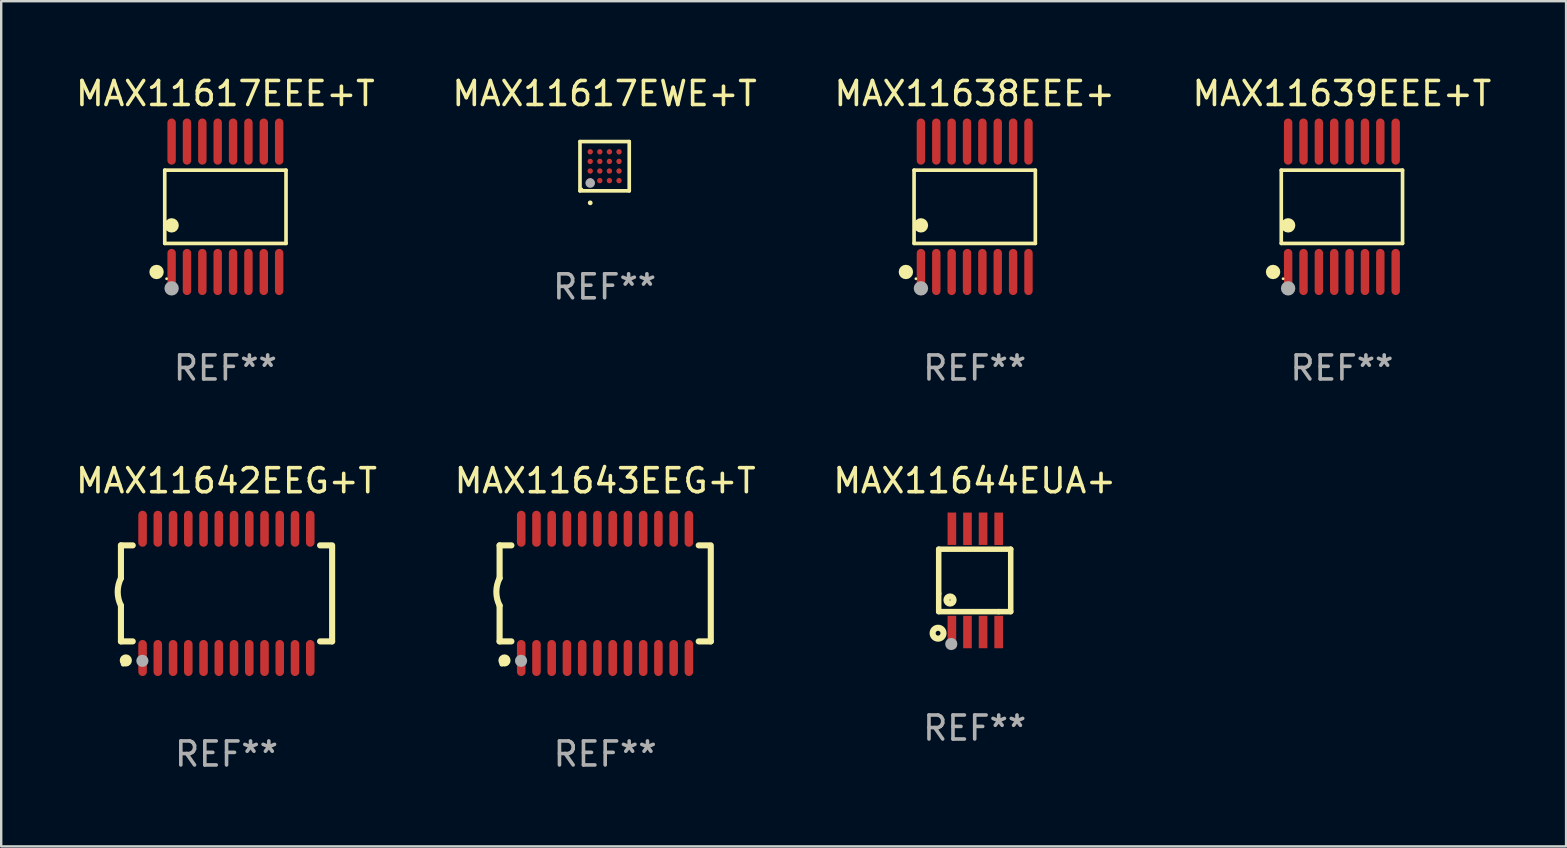
<source format=kicad_pcb>
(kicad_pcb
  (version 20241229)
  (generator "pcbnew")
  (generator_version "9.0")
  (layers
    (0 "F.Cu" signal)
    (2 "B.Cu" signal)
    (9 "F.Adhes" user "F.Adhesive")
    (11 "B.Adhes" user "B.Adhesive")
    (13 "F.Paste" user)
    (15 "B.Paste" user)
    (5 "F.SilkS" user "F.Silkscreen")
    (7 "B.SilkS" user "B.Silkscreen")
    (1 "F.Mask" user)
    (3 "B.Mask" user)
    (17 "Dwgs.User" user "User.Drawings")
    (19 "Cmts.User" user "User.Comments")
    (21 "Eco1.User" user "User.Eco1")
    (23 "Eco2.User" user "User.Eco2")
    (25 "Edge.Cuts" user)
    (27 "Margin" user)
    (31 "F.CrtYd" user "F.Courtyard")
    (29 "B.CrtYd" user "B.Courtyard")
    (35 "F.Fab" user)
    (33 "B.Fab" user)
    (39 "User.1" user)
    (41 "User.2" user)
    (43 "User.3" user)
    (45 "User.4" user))
  (footprint "MAX11617EWE+T"
    (layer "F.Cu")
    (at 22.137 3.874)
    (property "Reference" "MAX11617EWE+T" (at 0 -3.026 0) (layer "F.SilkS") (effects (font (size 1 1) (thickness 0.15))))
    (attr through_hole)
    (fp_line (start -1.026 -1.026) (end 1.026 -1.026) (stroke (width 0.152) (type solid)) (layer "F.SilkS"))
    (fp_line (start -1.026 1.026) (end -1.026 -1.026) (stroke (width 0.152) (type solid)) (layer "F.SilkS"))
    (fp_line (start 1.026 -1.026) (end 1.026 1.026) (stroke (width 0.152) (type solid)) (layer "F.SilkS"))
    (fp_line (start 1.026 1.026) (end -1.026 1.026) (stroke (width 0.152) (type solid)) (layer "F.SilkS"))
    (fp_circle (center -0.95 0.95) (end -0.92 0.95) (stroke (width 0.06) (type solid)) (fill no) (layer "F.SilkS"))
    (fp_circle (center -0.6 1.526) (end -0.55 1.526) (stroke (width 0.1) (type solid)) (fill no) (layer "F.SilkS"))
    (fp_circle (center -0.6 0.7) (end -0.5 0.7) (stroke (width 0.2) (type solid)) (fill no) (layer "F.Fab"))
    (fp_text user "REF**" (at 0 5.026 0) (layer "F.Fab") (effects (font (size 1 1) (thickness 0.15))))
    (pad "A1" smd circle (at -0.6 0.6) (size 0.224 0.224) (layers "F.Cu" "F.Mask" "F.Paste"))
    (pad "A2" smd circle (at -0.6 0.2) (size 0.224 0.224) (layers "F.Cu" "F.Mask" "F.Paste"))
    (pad "A3" smd circle (at -0.6 -0.2) (size 0.224 0.224) (layers "F.Cu" "F.Mask" "F.Paste"))
    (pad "A4" smd circle (at -0.6 -0.6) (size 0.224 0.224) (layers "F.Cu" "F.Mask" "F.Paste"))
    (pad "B1" smd circle (at -0.2 0.6) (size 0.224 0.224) (layers "F.Cu" "F.Mask" "F.Paste"))
    (pad "B2" smd circle (at -0.2 0.2) (size 0.224 0.224) (layers "F.Cu" "F.Mask" "F.Paste"))
    (pad "B3" smd circle (at -0.2 -0.2) (size 0.224 0.224) (layers "F.Cu" "F.Mask" "F.Paste"))
    (pad "B4" smd circle (at -0.2 -0.6) (size 0.224 0.224) (layers "F.Cu" "F.Mask" "F.Paste"))
    (pad "C1" smd circle (at 0.2 0.6) (size 0.224 0.224) (layers "F.Cu" "F.Mask" "F.Paste"))
    (pad "C2" smd circle (at 0.2 0.2) (size 0.224 0.224) (layers "F.Cu" "F.Mask" "F.Paste"))
    (pad "C3" smd circle (at 0.2 -0.2) (size 0.224 0.224) (layers "F.Cu" "F.Mask" "F.Paste"))
    (pad "C4" smd circle (at 0.2 -0.6) (size 0.224 0.224) (layers "F.Cu" "F.Mask" "F.Paste"))
    (pad "D1" smd circle (at 0.6 0.6) (size 0.224 0.224) (layers "F.Cu" "F.Mask" "F.Paste"))
    (pad "D2" smd circle (at 0.6 0.2) (size 0.224 0.224) (layers "F.Cu" "F.Mask" "F.Paste"))
    (pad "D3" smd circle (at 0.6 -0.2) (size 0.224 0.224) (layers "F.Cu" "F.Mask" "F.Paste"))
    (pad "D4" smd circle (at 0.6 -0.6) (size 0.224 0.224) (layers "F.Cu" "F.Mask" "F.Paste")))
  (footprint "MAX11639EEE+T"
    (layer "F.Cu")
    (at 52.851 5.564)
    (property "Reference" "MAX11639EEE+T" (at 0 -4.716 0) (layer "F.SilkS") (effects (font (size 1 1) (thickness 0.15))))
    (attr through_hole)
    (fp_line (start -2.526 -1.526) (end 2.526 -1.526) (stroke (width 0.152) (type solid)) (layer "F.SilkS"))
    (fp_line (start -2.526 1.526) (end -2.526 -1.526) (stroke (width 0.152) (type solid)) (layer "F.SilkS"))
    (fp_line (start 2.526 -1.526) (end 2.526 1.526) (stroke (width 0.152) (type solid)) (layer "F.SilkS"))
    (fp_line (start 2.526 1.526) (end -2.526 1.526) (stroke (width 0.152) (type solid)) (layer "F.SilkS"))
    (fp_circle (center -2.867 2.716) (end -2.717 2.716) (stroke (width 0.3) (type solid)) (fill no) (layer "F.SilkS"))
    (fp_circle (center -2.45 2.997) (end -2.42 2.997) (stroke (width 0.06) (type solid)) (fill no) (layer "F.SilkS"))
    (fp_circle (center -2.24 0.774) (end -2.09 0.774) (stroke (width 0.3) (type solid)) (fill no) (layer "F.SilkS"))
    (fp_circle (center -2.24 3.398) (end -2.09 3.398) (stroke (width 0.3) (type solid)) (fill no) (layer "F.Fab"))
    (fp_text user "REF**" (at 0 6.716 0) (layer "F.Fab") (effects (font (size 1 1) (thickness 0.15))))
    (pad "1" smd oval (at -2.24 2.716) (size 0.35 1.922) (layers "F.Cu" "F.Mask" "F.Paste"))
    (pad "2" smd oval (at -1.6 2.716) (size 0.35 1.922) (layers "F.Cu" "F.Mask" "F.Paste"))
    (pad "3" smd oval (at -0.96 2.716) (size 0.35 1.922) (layers "F.Cu" "F.Mask" "F.Paste"))
    (pad "4" smd oval (at -0.32 2.716) (size 0.35 1.922) (layers "F.Cu" "F.Mask" "F.Paste"))
    (pad "5" smd oval (at 0.32 2.716) (size 0.35 1.922) (layers "F.Cu" "F.Mask" "F.Paste"))
    (pad "6" smd oval (at 0.96 2.716) (size 0.35 1.922) (layers "F.Cu" "F.Mask" "F.Paste"))
    (pad "7" smd oval (at 1.6 2.716) (size 0.35 1.922) (layers "F.Cu" "F.Mask" "F.Paste"))
    (pad "8" smd oval (at 2.24 2.716) (size 0.35 1.922) (layers "F.Cu" "F.Mask" "F.Paste"))
    (pad "9" smd oval (at 2.24 -2.716) (size 0.35 1.922) (layers "F.Cu" "F.Mask" "F.Paste"))
    (pad "10" smd oval (at 1.6 -2.716) (size 0.35 1.922) (layers "F.Cu" "F.Mask" "F.Paste"))
    (pad "11" smd oval (at 0.96 -2.716) (size 0.35 1.922) (layers "F.Cu" "F.Mask" "F.Paste"))
    (pad "12" smd oval (at 0.32 -2.716) (size 0.35 1.922) (layers "F.Cu" "F.Mask" "F.Paste"))
    (pad "13" smd oval (at -0.32 -2.716) (size 0.35 1.922) (layers "F.Cu" "F.Mask" "F.Paste"))
    (pad "14" smd oval (at -0.96 -2.716) (size 0.35 1.922) (layers "F.Cu" "F.Mask" "F.Paste"))
    (pad "15" smd oval (at -1.6 -2.716) (size 0.35 1.922) (layers "F.Cu" "F.Mask" "F.Paste"))
    (pad "16" smd oval (at -2.24 -2.716) (size 0.35 1.922) (layers "F.Cu" "F.Mask" "F.Paste")))
  (footprint "MAX11644EUA+"
    (layer "F.Cu")
    (at 37.554 21.128)
    (property "Reference" "MAX11644EUA+" (at 0 -4.152 0) (layer "F.SilkS") (effects (font (size 1 1) (thickness 0.15))))
    (attr through_hole)
    (fp_line (start -1.5 1.301) (end 1 1.301) (stroke (width 0.229) (type solid)) (layer "F.SilkS"))
    (fp_line (start -1.5 -1.299) (end -1.5 0.551) (stroke (width 0.229) (type solid)) (layer "F.SilkS"))
    (fp_line (start -1.5 0.551) (end -1.5 1.301) (stroke (width 0.229) (type solid)) (layer "F.SilkS"))
    (fp_line (start 1 1.301) (end 1.5 1.301) (stroke (width 0.229) (type solid)) (layer "F.SilkS"))
    (fp_line (start 1.5 1.301) (end 1.5 -1.299) (stroke (width 0.229) (type solid)) (layer "F.SilkS"))
    (fp_line (start 1.5 -1.299) (end -1.5 -1.299) (stroke (width 0.229) (type solid)) (layer "F.SilkS"))
    (fp_circle (center -1.526 2.2) (end -1.426 2.2) (stroke (width 0.254) (type solid)) (fill no) (layer "F.SilkS"))
    (fp_circle (center -1.476 2.45) (end -1.446 2.45) (stroke (width 0.06) (type solid)) (fill no) (layer "F.SilkS"))
    (fp_circle (center -1.028 0.817) (end -0.878 0.817) (stroke (width 0.254) (type solid)) (fill no) (layer "F.SilkS"))
    (fp_circle (center -0.976 2.65) (end -0.849 2.65) (stroke (width 0.254) (type solid)) (fill no) (layer "F.Fab"))
    (fp_text user "REF**" (at 0 6.152 0) (layer "F.Fab") (effects (font (size 1 1) (thickness 0.15))))
    (pad "1" smd rect (at -0.951 2.15) (size 0.36 1.35) (layers "F.Cu" "F.Mask" "F.Paste"))
    (pad "2" smd rect (at -0.301 2.152) (size 0.36 1.35) (layers "F.Cu" "F.Mask" "F.Paste"))
    (pad "3" smd rect (at 0.349 2.151) (size 0.36 1.35) (layers "F.Cu" "F.Mask" "F.Paste"))
    (pad "4" smd rect (at 0.999 2.152) (size 0.36 1.35) (layers "F.Cu" "F.Mask" "F.Paste"))
    (pad "5" smd rect (at 0.999 -2.149) (size 0.36 1.35) (layers "F.Cu" "F.Mask" "F.Paste"))
    (pad "6" smd rect (at 0.349 -2.152) (size 0.36 1.35) (layers "F.Cu" "F.Mask" "F.Paste"))
    (pad "7" smd rect (at -0.301 -2.149) (size 0.36 1.35) (layers "F.Cu" "F.Mask" "F.Paste"))
    (pad "8" smd rect (at -0.951 -2.152) (size 0.36 1.35) (layers "F.Cu" "F.Mask" "F.Paste")))
  (footprint "MAX11643EEG+T"
    (layer "F.Cu")
    (at 22.161 21.669)
    (property "Reference" "MAX11643EEG+T" (at 0 -4.692 0) (layer "F.SilkS") (effects (font (size 1 1) (thickness 0.15))))
    (attr through_hole)
    (fp_line (start -4.399 -2) (end -4.399 -0.635) (stroke (width 0.254) (type solid)) (layer "F.SilkS"))
    (fp_line (start -4.399 -2) (end -3.907 -2) (stroke (width 0.254) (type solid)) (layer "F.SilkS"))
    (fp_line (start -4.399 2) (end -4.399 0.508) (stroke (width 0.254) (type solid)) (layer "F.SilkS"))
    (fp_line (start -4.399 2) (end -3.907 2) (stroke (width 0.254) (type solid)) (layer "F.SilkS"))
    (fp_line (start 3.896 -2) (end 4.313 -2) (stroke (width 0.254) (type solid)) (layer "F.SilkS"))
    (fp_line (start 3.896 2) (end 4.399 2) (stroke (width 0.254) (type solid)) (layer "F.SilkS"))
    (fp_line (start 4.399 2) (end 4.399 -2) (stroke (width 0.254) (type solid)) (layer "F.SilkS"))
    (fp_arc (start -4.399301 0.508001) (mid -4.534214 -0.0635) (end -4.399301 -0.635001) (stroke (width 0.254001) (type solid)) (layer "F.SilkS"))
    (fp_circle (center -4.305 2.95) (end -4.255 2.95) (stroke (width 0.1) (type solid)) (fill no) (layer "F.SilkS"))
    (fp_circle (center -4.196 2.794) (end -4.069 2.794) (stroke (width 0.254) (type solid)) (fill no) (layer "F.SilkS"))
    (fp_circle (center -3.505 2.81) (end -3.378 2.81) (stroke (width 0.254) (type solid)) (fill no) (layer "F.Fab"))
    (fp_text user "REF**" (at 0 6.692 0) (layer "F.Fab") (effects (font (size 1 1) (thickness 0.15))))
    (pad "1" smd oval (at -3.498 2.692 90) (size 1.5 0.356) (layers "F.Cu" "F.Mask" "F.Paste"))
    (pad "2" smd oval (at -2.863 2.692 90) (size 1.5 0.356) (layers "F.Cu" "F.Mask" "F.Paste"))
    (pad "3" smd oval (at -2.228 2.692 90) (size 1.5 0.356) (layers "F.Cu" "F.Mask" "F.Paste"))
    (pad "4" smd oval (at -1.593 2.692 90) (size 1.5 0.356) (layers "F.Cu" "F.Mask" "F.Paste"))
    (pad "5" smd oval (at -0.958 2.692 90) (size 1.5 0.356) (layers "F.Cu" "F.Mask" "F.Paste"))
    (pad "6" smd oval (at -0.323 2.692 90) (size 1.5 0.356) (layers "F.Cu" "F.Mask" "F.Paste"))
    (pad "7" smd oval (at 0.312 2.692 90) (size 1.5 0.356) (layers "F.Cu" "F.Mask" "F.Paste"))
    (pad "8" smd oval (at 0.947 2.692 90) (size 1.5 0.356) (layers "F.Cu" "F.Mask" "F.Paste"))
    (pad "9" smd oval (at 1.582 2.692 90) (size 1.5 0.356) (layers "F.Cu" "F.Mask" "F.Paste"))
    (pad "10" smd oval (at 2.217 2.692 90) (size 1.5 0.356) (layers "F.Cu" "F.Mask" "F.Paste"))
    (pad "11" smd oval (at 2.852 2.692 90) (size 1.5 0.356) (layers "F.Cu" "F.Mask" "F.Paste"))
    (pad "12" smd oval (at 3.487 2.692 90) (size 1.5 0.356) (layers "F.Cu" "F.Mask" "F.Paste"))
    (pad "13" smd oval (at 3.487 -2.692 90) (size 1.5 0.356) (layers "F.Cu" "F.Mask" "F.Paste"))
    (pad "14" smd oval (at 2.852 -2.692 90) (size 1.5 0.356) (layers "F.Cu" "F.Mask" "F.Paste"))
    (pad "15" smd oval (at 2.217 -2.692 90) (size 1.5 0.356) (layers "F.Cu" "F.Mask" "F.Paste"))
    (pad "16" smd oval (at 1.582 -2.692 90) (size 1.5 0.356) (layers "F.Cu" "F.Mask" "F.Paste"))
    (pad "17" smd oval (at 0.947 -2.692 90) (size 1.5 0.356) (layers "F.Cu" "F.Mask" "F.Paste"))
    (pad "18" smd oval (at 0.312 -2.692 90) (size 1.5 0.356) (layers "F.Cu" "F.Mask" "F.Paste"))
    (pad "19" smd oval (at -0.323 -2.692 90) (size 1.5 0.356) (layers "F.Cu" "F.Mask" "F.Paste"))
    (pad "20" smd oval (at -0.958 -2.692 90) (size 1.5 0.356) (layers "F.Cu" "F.Mask" "F.Paste"))
    (pad "21" smd oval (at -1.593 -2.692 90) (size 1.5 0.356) (layers "F.Cu" "F.Mask" "F.Paste"))
    (pad "22" smd oval (at -2.228 -2.692 90) (size 1.5 0.356) (layers "F.Cu" "F.Mask" "F.Paste"))
    (pad "23" smd oval (at -2.863 -2.692 90) (size 1.5 0.356) (layers "F.Cu" "F.Mask" "F.Paste"))
    (pad "24" smd oval (at -3.498 -2.692 90) (size 1.5 0.356) (layers "F.Cu" "F.Mask" "F.Paste")))
  (footprint "MAX11617EEE+T"
    (layer "F.Cu")
    (at 6.339 5.564)
    (property "Reference" "MAX11617EEE+T" (at 0 -4.716 0) (layer "F.SilkS") (effects (font (size 1 1) (thickness 0.15))))
    (attr through_hole)
    (fp_line (start -2.526 -1.526) (end 2.526 -1.526) (stroke (width 0.152) (type solid)) (layer "F.SilkS"))
    (fp_line (start -2.526 1.526) (end -2.526 -1.526) (stroke (width 0.152) (type solid)) (layer "F.SilkS"))
    (fp_line (start 2.526 -1.526) (end 2.526 1.526) (stroke (width 0.152) (type solid)) (layer "F.SilkS"))
    (fp_line (start 2.526 1.526) (end -2.526 1.526) (stroke (width 0.152) (type solid)) (layer "F.SilkS"))
    (fp_circle (center -2.867 2.716) (end -2.717 2.716) (stroke (width 0.3) (type solid)) (fill no) (layer "F.SilkS"))
    (fp_circle (center -2.45 2.997) (end -2.42 2.997) (stroke (width 0.06) (type solid)) (fill no) (layer "F.SilkS"))
    (fp_circle (center -2.24 0.774) (end -2.09 0.774) (stroke (width 0.3) (type solid)) (fill no) (layer "F.SilkS"))
    (fp_circle (center -2.24 3.398) (end -2.09 3.398) (stroke (width 0.3) (type solid)) (fill no) (layer "F.Fab"))
    (fp_text user "REF**" (at 0 6.716 0) (layer "F.Fab") (effects (font (size 1 1) (thickness 0.15))))
    (pad "1" smd oval (at -2.24 2.716) (size 0.35 1.922) (layers "F.Cu" "F.Mask" "F.Paste"))
    (pad "2" smd oval (at -1.6 2.716) (size 0.35 1.922) (layers "F.Cu" "F.Mask" "F.Paste"))
    (pad "3" smd oval (at -0.96 2.716) (size 0.35 1.922) (layers "F.Cu" "F.Mask" "F.Paste"))
    (pad "4" smd oval (at -0.32 2.716) (size 0.35 1.922) (layers "F.Cu" "F.Mask" "F.Paste"))
    (pad "5" smd oval (at 0.32 2.716) (size 0.35 1.922) (layers "F.Cu" "F.Mask" "F.Paste"))
    (pad "6" smd oval (at 0.96 2.716) (size 0.35 1.922) (layers "F.Cu" "F.Mask" "F.Paste"))
    (pad "7" smd oval (at 1.6 2.716) (size 0.35 1.922) (layers "F.Cu" "F.Mask" "F.Paste"))
    (pad "8" smd oval (at 2.24 2.716) (size 0.35 1.922) (layers "F.Cu" "F.Mask" "F.Paste"))
    (pad "9" smd oval (at 2.24 -2.716) (size 0.35 1.922) (layers "F.Cu" "F.Mask" "F.Paste"))
    (pad "10" smd oval (at 1.6 -2.716) (size 0.35 1.922) (layers "F.Cu" "F.Mask" "F.Paste"))
    (pad "11" smd oval (at 0.96 -2.716) (size 0.35 1.922) (layers "F.Cu" "F.Mask" "F.Paste"))
    (pad "12" smd oval (at 0.32 -2.716) (size 0.35 1.922) (layers "F.Cu" "F.Mask" "F.Paste"))
    (pad "13" smd oval (at -0.32 -2.716) (size 0.35 1.922) (layers "F.Cu" "F.Mask" "F.Paste"))
    (pad "14" smd oval (at -0.96 -2.716) (size 0.35 1.922) (layers "F.Cu" "F.Mask" "F.Paste"))
    (pad "15" smd oval (at -1.6 -2.716) (size 0.35 1.922) (layers "F.Cu" "F.Mask" "F.Paste"))
    (pad "16" smd oval (at -2.24 -2.716) (size 0.35 1.922) (layers "F.Cu" "F.Mask" "F.Paste")))
  (footprint "MAX11642EEG+T"
    (layer "F.Cu")
    (at 6.387 21.669)
    (property "Reference" "MAX11642EEG+T" (at 0 -4.692 0) (layer "F.SilkS") (effects (font (size 1 1) (thickness 0.15))))
    (attr through_hole)
    (fp_line (start -4.399 -2) (end -4.399 -0.635) (stroke (width 0.254) (type solid)) (layer "F.SilkS"))
    (fp_line (start -4.399 -2) (end -3.907 -2) (stroke (width 0.254) (type solid)) (layer "F.SilkS"))
    (fp_line (start -4.399 2) (end -4.399 0.508) (stroke (width 0.254) (type solid)) (layer "F.SilkS"))
    (fp_line (start -4.399 2) (end -3.907 2) (stroke (width 0.254) (type solid)) (layer "F.SilkS"))
    (fp_line (start 3.896 -2) (end 4.313 -2) (stroke (width 0.254) (type solid)) (layer "F.SilkS"))
    (fp_line (start 3.896 2) (end 4.399 2) (stroke (width 0.254) (type solid)) (layer "F.SilkS"))
    (fp_line (start 4.399 2) (end 4.399 -2) (stroke (width 0.254) (type solid)) (layer "F.SilkS"))
    (fp_arc (start -4.399301 0.508001) (mid -4.534214 -0.0635) (end -4.399301 -0.635001) (stroke (width 0.254001) (type solid)) (layer "F.SilkS"))
    (fp_circle (center -4.305 2.95) (end -4.255 2.95) (stroke (width 0.1) (type solid)) (fill no) (layer "F.SilkS"))
    (fp_circle (center -4.196 2.794) (end -4.069 2.794) (stroke (width 0.254) (type solid)) (fill no) (layer "F.SilkS"))
    (fp_circle (center -3.505 2.81) (end -3.378 2.81) (stroke (width 0.254) (type solid)) (fill no) (layer "F.Fab"))
    (fp_text user "REF**" (at 0 6.692 0) (layer "F.Fab") (effects (font (size 1 1) (thickness 0.15))))
    (pad "1" smd oval (at -3.498 2.692 90) (size 1.5 0.356) (layers "F.Cu" "F.Mask" "F.Paste"))
    (pad "2" smd oval (at -2.863 2.692 90) (size 1.5 0.356) (layers "F.Cu" "F.Mask" "F.Paste"))
    (pad "3" smd oval (at -2.228 2.692 90) (size 1.5 0.356) (layers "F.Cu" "F.Mask" "F.Paste"))
    (pad "4" smd oval (at -1.593 2.692 90) (size 1.5 0.356) (layers "F.Cu" "F.Mask" "F.Paste"))
    (pad "5" smd oval (at -0.958 2.692 90) (size 1.5 0.356) (layers "F.Cu" "F.Mask" "F.Paste"))
    (pad "6" smd oval (at -0.323 2.692 90) (size 1.5 0.356) (layers "F.Cu" "F.Mask" "F.Paste"))
    (pad "7" smd oval (at 0.312 2.692 90) (size 1.5 0.356) (layers "F.Cu" "F.Mask" "F.Paste"))
    (pad "8" smd oval (at 0.947 2.692 90) (size 1.5 0.356) (layers "F.Cu" "F.Mask" "F.Paste"))
    (pad "9" smd oval (at 1.582 2.692 90) (size 1.5 0.356) (layers "F.Cu" "F.Mask" "F.Paste"))
    (pad "10" smd oval (at 2.217 2.692 90) (size 1.5 0.356) (layers "F.Cu" "F.Mask" "F.Paste"))
    (pad "11" smd oval (at 2.852 2.692 90) (size 1.5 0.356) (layers "F.Cu" "F.Mask" "F.Paste"))
    (pad "12" smd oval (at 3.487 2.692 90) (size 1.5 0.356) (layers "F.Cu" "F.Mask" "F.Paste"))
    (pad "13" smd oval (at 3.487 -2.692 90) (size 1.5 0.356) (layers "F.Cu" "F.Mask" "F.Paste"))
    (pad "14" smd oval (at 2.852 -2.692 90) (size 1.5 0.356) (layers "F.Cu" "F.Mask" "F.Paste"))
    (pad "15" smd oval (at 2.217 -2.692 90) (size 1.5 0.356) (layers "F.Cu" "F.Mask" "F.Paste"))
    (pad "16" smd oval (at 1.582 -2.692 90) (size 1.5 0.356) (layers "F.Cu" "F.Mask" "F.Paste"))
    (pad "17" smd oval (at 0.947 -2.692 90) (size 1.5 0.356) (layers "F.Cu" "F.Mask" "F.Paste"))
    (pad "18" smd oval (at 0.312 -2.692 90) (size 1.5 0.356) (layers "F.Cu" "F.Mask" "F.Paste"))
    (pad "19" smd oval (at -0.323 -2.692 90) (size 1.5 0.356) (layers "F.Cu" "F.Mask" "F.Paste"))
    (pad "20" smd oval (at -0.958 -2.692 90) (size 1.5 0.356) (layers "F.Cu" "F.Mask" "F.Paste"))
    (pad "21" smd oval (at -1.593 -2.692 90) (size 1.5 0.356) (layers "F.Cu" "F.Mask" "F.Paste"))
    (pad "22" smd oval (at -2.228 -2.692 90) (size 1.5 0.356) (layers "F.Cu" "F.Mask" "F.Paste"))
    (pad "23" smd oval (at -2.863 -2.692 90) (size 1.5 0.356) (layers "F.Cu" "F.Mask" "F.Paste"))
    (pad "24" smd oval (at -3.498 -2.692 90) (size 1.5 0.356) (layers "F.Cu" "F.Mask" "F.Paste")))
  (footprint "MAX11638EEE+"
    (layer "F.Cu")
    (at 37.554 5.564)
    (property "Reference" "MAX11638EEE+" (at 0 -4.716 0) (layer "F.SilkS") (effects (font (size 1 1) (thickness 0.15))))
    (attr through_hole)
    (fp_line (start -2.526 -1.526) (end 2.526 -1.526) (stroke (width 0.152) (type solid)) (layer "F.SilkS"))
    (fp_line (start -2.526 1.526) (end -2.526 -1.526) (stroke (width 0.152) (type solid)) (layer "F.SilkS"))
    (fp_line (start 2.526 -1.526) (end 2.526 1.526) (stroke (width 0.152) (type solid)) (layer "F.SilkS"))
    (fp_line (start 2.526 1.526) (end -2.526 1.526) (stroke (width 0.152) (type solid)) (layer "F.SilkS"))
    (fp_circle (center -2.867 2.716) (end -2.717 2.716) (stroke (width 0.3) (type solid)) (fill no) (layer "F.SilkS"))
    (fp_circle (center -2.45 2.997) (end -2.42 2.997) (stroke (width 0.06) (type solid)) (fill no) (layer "F.SilkS"))
    (fp_circle (center -2.24 0.774) (end -2.09 0.774) (stroke (width 0.3) (type solid)) (fill no) (layer "F.SilkS"))
    (fp_circle (center -2.24 3.398) (end -2.09 3.398) (stroke (width 0.3) (type solid)) (fill no) (layer "F.Fab"))
    (fp_text user "REF**" (at 0 6.716 0) (layer "F.Fab") (effects (font (size 1 1) (thickness 0.15))))
    (pad "1" smd oval (at -2.24 2.716) (size 0.35 1.922) (layers "F.Cu" "F.Mask" "F.Paste"))
    (pad "2" smd oval (at -1.6 2.716) (size 0.35 1.922) (layers "F.Cu" "F.Mask" "F.Paste"))
    (pad "3" smd oval (at -0.96 2.716) (size 0.35 1.922) (layers "F.Cu" "F.Mask" "F.Paste"))
    (pad "4" smd oval (at -0.32 2.716) (size 0.35 1.922) (layers "F.Cu" "F.Mask" "F.Paste"))
    (pad "5" smd oval (at 0.32 2.716) (size 0.35 1.922) (layers "F.Cu" "F.Mask" "F.Paste"))
    (pad "6" smd oval (at 0.96 2.716) (size 0.35 1.922) (layers "F.Cu" "F.Mask" "F.Paste"))
    (pad "7" smd oval (at 1.6 2.716) (size 0.35 1.922) (layers "F.Cu" "F.Mask" "F.Paste"))
    (pad "8" smd oval (at 2.24 2.716) (size 0.35 1.922) (layers "F.Cu" "F.Mask" "F.Paste"))
    (pad "9" smd oval (at 2.24 -2.716) (size 0.35 1.922) (layers "F.Cu" "F.Mask" "F.Paste"))
    (pad "10" smd oval (at 1.6 -2.716) (size 0.35 1.922) (layers "F.Cu" "F.Mask" "F.Paste"))
    (pad "11" smd oval (at 0.96 -2.716) (size 0.35 1.922) (layers "F.Cu" "F.Mask" "F.Paste"))
    (pad "12" smd oval (at 0.32 -2.716) (size 0.35 1.922) (layers "F.Cu" "F.Mask" "F.Paste"))
    (pad "13" smd oval (at -0.32 -2.716) (size 0.35 1.922) (layers "F.Cu" "F.Mask" "F.Paste"))
    (pad "14" smd oval (at -0.96 -2.716) (size 0.35 1.922) (layers "F.Cu" "F.Mask" "F.Paste"))
    (pad "15" smd oval (at -1.6 -2.716) (size 0.35 1.922) (layers "F.Cu" "F.Mask" "F.Paste"))
    (pad "16" smd oval (at -2.24 -2.716) (size 0.35 1.922) (layers "F.Cu" "F.Mask" "F.Paste")))
  (gr_rect
    (start -3 -3)
    (end 62.19 32.209)
    (stroke (width 0.1) (type default))
    (fill no)
    (layer "Edge.Cuts")))
</source>
